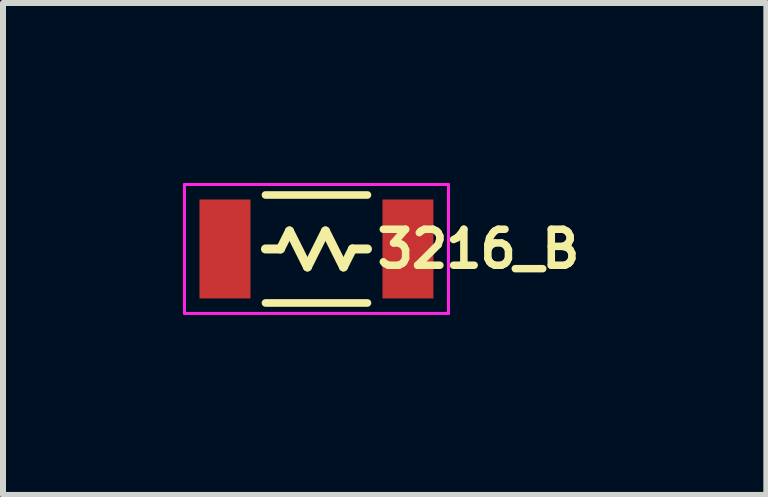
<source format=kicad_pcb>
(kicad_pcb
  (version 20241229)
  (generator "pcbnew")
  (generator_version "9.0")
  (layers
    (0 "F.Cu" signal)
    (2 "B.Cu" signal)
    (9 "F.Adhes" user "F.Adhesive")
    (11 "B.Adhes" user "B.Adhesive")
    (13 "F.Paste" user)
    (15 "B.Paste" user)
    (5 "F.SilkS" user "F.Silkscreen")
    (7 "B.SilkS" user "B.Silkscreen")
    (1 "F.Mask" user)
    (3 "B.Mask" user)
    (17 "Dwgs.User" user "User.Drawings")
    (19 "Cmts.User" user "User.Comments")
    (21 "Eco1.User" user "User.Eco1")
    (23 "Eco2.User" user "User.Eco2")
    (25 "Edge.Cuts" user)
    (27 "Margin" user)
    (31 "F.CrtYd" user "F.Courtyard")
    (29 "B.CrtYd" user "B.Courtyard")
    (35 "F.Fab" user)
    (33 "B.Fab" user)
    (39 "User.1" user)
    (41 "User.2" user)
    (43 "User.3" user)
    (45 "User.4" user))
  (footprint "3216_B"
    (layer "F.Cu")
    (at 2.225 1.1)
    (property "Reference" "3216_B" (at 2.7 0 0) (layer "F.SilkS") (effects (font (size 0.6 0.6) (thickness 0.125))))
    (attr smd)
    (fp_line (start -0.85 -0.9) (end 0.85 -0.9) (stroke (width 0.127) (type solid)) (layer "F.SilkS"))
    (fp_line (start -0.85 0) (end -0.6 0) (stroke (width 0.15) (type solid)) (layer "F.SilkS"))
    (fp_line (start -0.85 0.9) (end 0.85 0.9) (stroke (width 0.127) (type solid)) (layer "F.SilkS"))
    (fp_line (start -0.6 0) (end -0.45 -0.3) (stroke (width 0.15) (type solid)) (layer "F.SilkS"))
    (fp_line (start -0.45 -0.3) (end -0.15 0.3) (stroke (width 0.15) (type solid)) (layer "F.SilkS"))
    (fp_line (start -0.15 0.3) (end 0.15 -0.3) (stroke (width 0.15) (type solid)) (layer "F.SilkS"))
    (fp_line (start 0.15 -0.3) (end 0.45 0.3) (stroke (width 0.15) (type solid)) (layer "F.SilkS"))
    (fp_line (start 0.45 0.3) (end 0.6 0) (stroke (width 0.15) (type solid)) (layer "F.SilkS"))
    (fp_line (start 0.6 0) (end 0.85 0) (stroke (width 0.15) (type solid)) (layer "F.SilkS"))
    (fp_line (start -2.2 -1.075) (end -2.2 1.075) (stroke (width 0.05) (type solid)) (layer "F.CrtYd"))
    (fp_line (start -2.2 -1.075) (end 2.2 -1.075) (stroke (width 0.05) (type solid)) (layer "F.CrtYd"))
    (fp_line (start 2.2 -1.075) (end 2.2 1.075) (stroke (width 0.05) (type solid)) (layer "F.CrtYd"))
    (fp_line (start 2.2 1.075) (end -2.2 1.075) (stroke (width 0.05) (type solid)) (layer "F.CrtYd"))
    (pad "1" smd rect (at -1.525 0) (size 0.85 1.65) (layers "F.Cu" "F.Mask" "F.Paste"))
    (pad "2" smd rect (at 1.525 0) (size 0.85 1.65) (layers "F.Cu" "F.Mask" "F.Paste")))
  (gr_rect
    (start -3 -3)
    (end 9.724 5.2)
    (stroke (width 0.1) (type default))
    (fill no)
    (layer "Edge.Cuts")))
</source>
